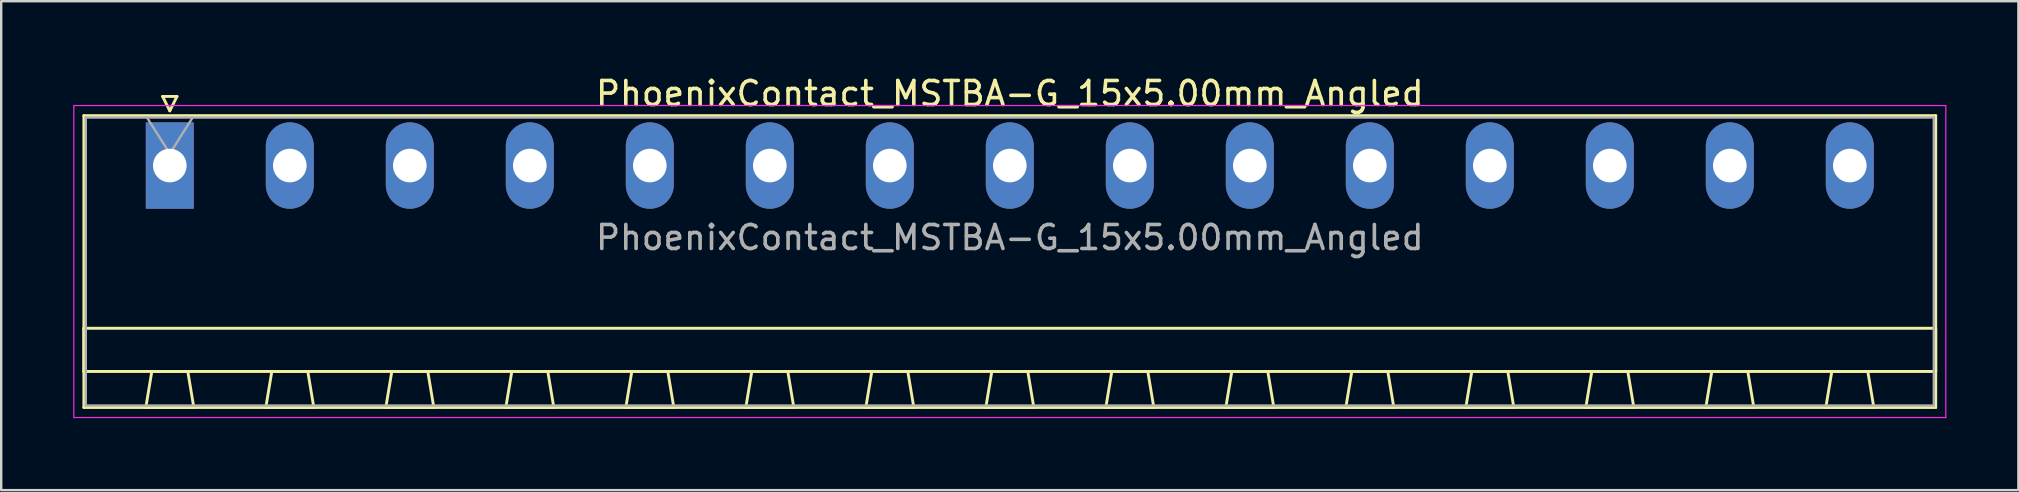
<source format=kicad_pcb>
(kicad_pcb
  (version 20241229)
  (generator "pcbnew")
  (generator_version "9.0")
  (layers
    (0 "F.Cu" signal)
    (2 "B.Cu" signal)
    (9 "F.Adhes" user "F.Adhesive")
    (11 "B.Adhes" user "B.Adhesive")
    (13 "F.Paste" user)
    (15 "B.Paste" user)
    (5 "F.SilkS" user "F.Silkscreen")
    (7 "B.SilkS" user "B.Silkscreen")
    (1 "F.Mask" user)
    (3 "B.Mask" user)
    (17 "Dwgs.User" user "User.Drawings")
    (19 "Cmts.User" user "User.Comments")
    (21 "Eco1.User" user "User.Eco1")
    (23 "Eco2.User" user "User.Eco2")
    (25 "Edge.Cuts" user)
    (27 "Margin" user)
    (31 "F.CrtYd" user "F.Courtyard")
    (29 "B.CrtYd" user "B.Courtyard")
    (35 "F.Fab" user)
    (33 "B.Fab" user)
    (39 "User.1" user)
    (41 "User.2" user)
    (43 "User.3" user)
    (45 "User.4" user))
  (footprint "PhoenixContact_MSTBA-G_15x5.00mm_Angled"
    (layer "F.Cu")
    (at 4.025 3.848)
    (property "Reference" "PhoenixContact_MSTBA-G_15x5.00mm_Angled" (at 35 -3 0) (layer "F.SilkS") (effects (font (size 1 1) (thickness 0.15))))
    (attr through_hole)
    (fp_line (start -3.58 -2.08) (end -3.58 10.08) (stroke (width 0.12) (type solid)) (layer "F.SilkS"))
    (fp_line (start -3.58 6.78) (end 73.58 6.78) (stroke (width 0.12) (type solid)) (layer "F.SilkS"))
    (fp_line (start -3.58 8.58) (end -3.58 6.78) (stroke (width 0.12) (type solid)) (layer "F.SilkS"))
    (fp_line (start -3.58 10.08) (end 73.58 10.08) (stroke (width 0.12) (type solid)) (layer "F.SilkS"))
    (fp_line (start -1 10.08) (end 1 10.08) (stroke (width 0.12) (type solid)) (layer "F.SilkS"))
    (fp_line (start -0.75 8.58) (end -1 10.08) (stroke (width 0.12) (type solid)) (layer "F.SilkS"))
    (fp_line (start -0.3 -2.88) (end 0.3 -2.88) (stroke (width 0.12) (type solid)) (layer "F.SilkS"))
    (fp_line (start 0 -2.28) (end -0.3 -2.88) (stroke (width 0.12) (type solid)) (layer "F.SilkS"))
    (fp_line (start 0.3 -2.88) (end 0 -2.28) (stroke (width 0.12) (type solid)) (layer "F.SilkS"))
    (fp_line (start 0.75 8.58) (end -0.75 8.58) (stroke (width 0.12) (type solid)) (layer "F.SilkS"))
    (fp_line (start 1 10.08) (end 0.75 8.58) (stroke (width 0.12) (type solid)) (layer "F.SilkS"))
    (fp_line (start 4 10.08) (end 6 10.08) (stroke (width 0.12) (type solid)) (layer "F.SilkS"))
    (fp_line (start 4.25 8.58) (end 4 10.08) (stroke (width 0.12) (type solid)) (layer "F.SilkS"))
    (fp_line (start 5.75 8.58) (end 4.25 8.58) (stroke (width 0.12) (type solid)) (layer "F.SilkS"))
    (fp_line (start 6 10.08) (end 5.75 8.58) (stroke (width 0.12) (type solid)) (layer "F.SilkS"))
    (fp_line (start 9 10.08) (end 11 10.08) (stroke (width 0.12) (type solid)) (layer "F.SilkS"))
    (fp_line (start 9.25 8.58) (end 9 10.08) (stroke (width 0.12) (type solid)) (layer "F.SilkS"))
    (fp_line (start 10.75 8.58) (end 9.25 8.58) (stroke (width 0.12) (type solid)) (layer "F.SilkS"))
    (fp_line (start 11 10.08) (end 10.75 8.58) (stroke (width 0.12) (type solid)) (layer "F.SilkS"))
    (fp_line (start 14 10.08) (end 16 10.08) (stroke (width 0.12) (type solid)) (layer "F.SilkS"))
    (fp_line (start 14.25 8.58) (end 14 10.08) (stroke (width 0.12) (type solid)) (layer "F.SilkS"))
    (fp_line (start 15.75 8.58) (end 14.25 8.58) (stroke (width 0.12) (type solid)) (layer "F.SilkS"))
    (fp_line (start 16 10.08) (end 15.75 8.58) (stroke (width 0.12) (type solid)) (layer "F.SilkS"))
    (fp_line (start 19 10.08) (end 21 10.08) (stroke (width 0.12) (type solid)) (layer "F.SilkS"))
    (fp_line (start 19.25 8.58) (end 19 10.08) (stroke (width 0.12) (type solid)) (layer "F.SilkS"))
    (fp_line (start 20.75 8.58) (end 19.25 8.58) (stroke (width 0.12) (type solid)) (layer "F.SilkS"))
    (fp_line (start 21 10.08) (end 20.75 8.58) (stroke (width 0.12) (type solid)) (layer "F.SilkS"))
    (fp_line (start 24 10.08) (end 26 10.08) (stroke (width 0.12) (type solid)) (layer "F.SilkS"))
    (fp_line (start 24.25 8.58) (end 24 10.08) (stroke (width 0.12) (type solid)) (layer "F.SilkS"))
    (fp_line (start 25.75 8.58) (end 24.25 8.58) (stroke (width 0.12) (type solid)) (layer "F.SilkS"))
    (fp_line (start 26 10.08) (end 25.75 8.58) (stroke (width 0.12) (type solid)) (layer "F.SilkS"))
    (fp_line (start 29 10.08) (end 31 10.08) (stroke (width 0.12) (type solid)) (layer "F.SilkS"))
    (fp_line (start 29.25 8.58) (end 29 10.08) (stroke (width 0.12) (type solid)) (layer "F.SilkS"))
    (fp_line (start 30.75 8.58) (end 29.25 8.58) (stroke (width 0.12) (type solid)) (layer "F.SilkS"))
    (fp_line (start 31 10.08) (end 30.75 8.58) (stroke (width 0.12) (type solid)) (layer "F.SilkS"))
    (fp_line (start 34 10.08) (end 36 10.08) (stroke (width 0.12) (type solid)) (layer "F.SilkS"))
    (fp_line (start 34.25 8.58) (end 34 10.08) (stroke (width 0.12) (type solid)) (layer "F.SilkS"))
    (fp_line (start 35.75 8.58) (end 34.25 8.58) (stroke (width 0.12) (type solid)) (layer "F.SilkS"))
    (fp_line (start 36 10.08) (end 35.75 8.58) (stroke (width 0.12) (type solid)) (layer "F.SilkS"))
    (fp_line (start 39 10.08) (end 41 10.08) (stroke (width 0.12) (type solid)) (layer "F.SilkS"))
    (fp_line (start 39.25 8.58) (end 39 10.08) (stroke (width 0.12) (type solid)) (layer "F.SilkS"))
    (fp_line (start 40.75 8.58) (end 39.25 8.58) (stroke (width 0.12) (type solid)) (layer "F.SilkS"))
    (fp_line (start 41 10.08) (end 40.75 8.58) (stroke (width 0.12) (type solid)) (layer "F.SilkS"))
    (fp_line (start 44 10.08) (end 46 10.08) (stroke (width 0.12) (type solid)) (layer "F.SilkS"))
    (fp_line (start 44.25 8.58) (end 44 10.08) (stroke (width 0.12) (type solid)) (layer "F.SilkS"))
    (fp_line (start 45.75 8.58) (end 44.25 8.58) (stroke (width 0.12) (type solid)) (layer "F.SilkS"))
    (fp_line (start 46 10.08) (end 45.75 8.58) (stroke (width 0.12) (type solid)) (layer "F.SilkS"))
    (fp_line (start 49 10.08) (end 51 10.08) (stroke (width 0.12) (type solid)) (layer "F.SilkS"))
    (fp_line (start 49.25 8.58) (end 49 10.08) (stroke (width 0.12) (type solid)) (layer "F.SilkS"))
    (fp_line (start 50.75 8.58) (end 49.25 8.58) (stroke (width 0.12) (type solid)) (layer "F.SilkS"))
    (fp_line (start 51 10.08) (end 50.75 8.58) (stroke (width 0.12) (type solid)) (layer "F.SilkS"))
    (fp_line (start 54 10.08) (end 56 10.08) (stroke (width 0.12) (type solid)) (layer "F.SilkS"))
    (fp_line (start 54.25 8.58) (end 54 10.08) (stroke (width 0.12) (type solid)) (layer "F.SilkS"))
    (fp_line (start 55.75 8.58) (end 54.25 8.58) (stroke (width 0.12) (type solid)) (layer "F.SilkS"))
    (fp_line (start 56 10.08) (end 55.75 8.58) (stroke (width 0.12) (type solid)) (layer "F.SilkS"))
    (fp_line (start 59 10.08) (end 61 10.08) (stroke (width 0.12) (type solid)) (layer "F.SilkS"))
    (fp_line (start 59.25 8.58) (end 59 10.08) (stroke (width 0.12) (type solid)) (layer "F.SilkS"))
    (fp_line (start 60.75 8.58) (end 59.25 8.58) (stroke (width 0.12) (type solid)) (layer "F.SilkS"))
    (fp_line (start 61 10.08) (end 60.75 8.58) (stroke (width 0.12) (type solid)) (layer "F.SilkS"))
    (fp_line (start 64 10.08) (end 66 10.08) (stroke (width 0.12) (type solid)) (layer "F.SilkS"))
    (fp_line (start 64.25 8.58) (end 64 10.08) (stroke (width 0.12) (type solid)) (layer "F.SilkS"))
    (fp_line (start 65.75 8.58) (end 64.25 8.58) (stroke (width 0.12) (type solid)) (layer "F.SilkS"))
    (fp_line (start 66 10.08) (end 65.75 8.58) (stroke (width 0.12) (type solid)) (layer "F.SilkS"))
    (fp_line (start 69 10.08) (end 71 10.08) (stroke (width 0.12) (type solid)) (layer "F.SilkS"))
    (fp_line (start 69.25 8.58) (end 69 10.08) (stroke (width 0.12) (type solid)) (layer "F.SilkS"))
    (fp_line (start 70.75 8.58) (end 69.25 8.58) (stroke (width 0.12) (type solid)) (layer "F.SilkS"))
    (fp_line (start 71 10.08) (end 70.75 8.58) (stroke (width 0.12) (type solid)) (layer "F.SilkS"))
    (fp_line (start 73.58 -2.08) (end -3.58 -2.08) (stroke (width 0.12) (type solid)) (layer "F.SilkS"))
    (fp_line (start 73.58 6.78) (end 73.58 8.58) (stroke (width 0.12) (type solid)) (layer "F.SilkS"))
    (fp_line (start 73.58 8.58) (end -3.58 8.58) (stroke (width 0.12) (type solid)) (layer "F.SilkS"))
    (fp_line (start 73.58 10.08) (end 73.58 -2.08) (stroke (width 0.12) (type solid)) (layer "F.SilkS"))
    (fp_line (start -4 -2.5) (end -4 10.5) (stroke (width 0.05) (type solid)) (layer "F.CrtYd"))
    (fp_line (start -4 10.5) (end 74 10.5) (stroke (width 0.05) (type solid)) (layer "F.CrtYd"))
    (fp_line (start 74 -2.5) (end -4 -2.5) (stroke (width 0.05) (type solid)) (layer "F.CrtYd"))
    (fp_line (start 74 10.5) (end 74 -2.5) (stroke (width 0.05) (type solid)) (layer "F.CrtYd"))
    (fp_line (start -3.5 -2) (end -3.5 10) (stroke (width 0.1) (type solid)) (layer "F.Fab"))
    (fp_line (start -3.5 10) (end 73.5 10) (stroke (width 0.1) (type solid)) (layer "F.Fab"))
    (fp_line (start 0 -0.5) (end -0.95 -2) (stroke (width 0.1) (type solid)) (layer "F.Fab"))
    (fp_line (start 0.95 -2) (end 0 -0.5) (stroke (width 0.1) (type solid)) (layer "F.Fab"))
    (fp_line (start 73.5 -2) (end -3.5 -2) (stroke (width 0.1) (type solid)) (layer "F.Fab"))
    (fp_line (start 73.5 10) (end 73.5 -2) (stroke (width 0.1) (type solid)) (layer "F.Fab"))
    (fp_text user "${REFERENCE}" (at 35 3 0) (layer "F.Fab") (effects (font (size 1 1) (thickness 0.15))))
    (pad "1" thru_hole rect (at 0 0) (size 2 3.6) (drill 1.4) (layers "*.Cu" "*.Mask"))
    (pad "2" thru_hole oval (at 5 0) (size 2 3.6) (drill 1.4) (layers "*.Cu" "*.Mask"))
    (pad "3" thru_hole oval (at 10 0) (size 2 3.6) (drill 1.4) (layers "*.Cu" "*.Mask"))
    (pad "4" thru_hole oval (at 15 0) (size 2 3.6) (drill 1.4) (layers "*.Cu" "*.Mask"))
    (pad "5" thru_hole oval (at 20 0) (size 2 3.6) (drill 1.4) (layers "*.Cu" "*.Mask"))
    (pad "6" thru_hole oval (at 25 0) (size 2 3.6) (drill 1.4) (layers "*.Cu" "*.Mask"))
    (pad "7" thru_hole oval (at 30 0) (size 2 3.6) (drill 1.4) (layers "*.Cu" "*.Mask"))
    (pad "8" thru_hole oval (at 35 0) (size 2 3.6) (drill 1.4) (layers "*.Cu" "*.Mask"))
    (pad "9" thru_hole oval (at 40 0) (size 2 3.6) (drill 1.4) (layers "*.Cu" "*.Mask"))
    (pad "10" thru_hole oval (at 45 0) (size 2 3.6) (drill 1.4) (layers "*.Cu" "*.Mask"))
    (pad "11" thru_hole oval (at 50 0) (size 2 3.6) (drill 1.4) (layers "*.Cu" "*.Mask"))
    (pad "12" thru_hole oval (at 55 0) (size 2 3.6) (drill 1.4) (layers "*.Cu" "*.Mask"))
    (pad "13" thru_hole oval (at 60 0) (size 2 3.6) (drill 1.4) (layers "*.Cu" "*.Mask"))
    (pad "14" thru_hole oval (at 65 0) (size 2 3.6) (drill 1.4) (layers "*.Cu" "*.Mask"))
    (pad "15" thru_hole oval (at 70 0) (size 2 3.6) (drill 1.4) (layers "*.Cu" "*.Mask")))
  (gr_rect
    (start -3 -3)
    (end 81.05 17.373)
    (stroke (width 0.1) (type default))
    (fill no)
    (layer "Edge.Cuts")))
</source>
